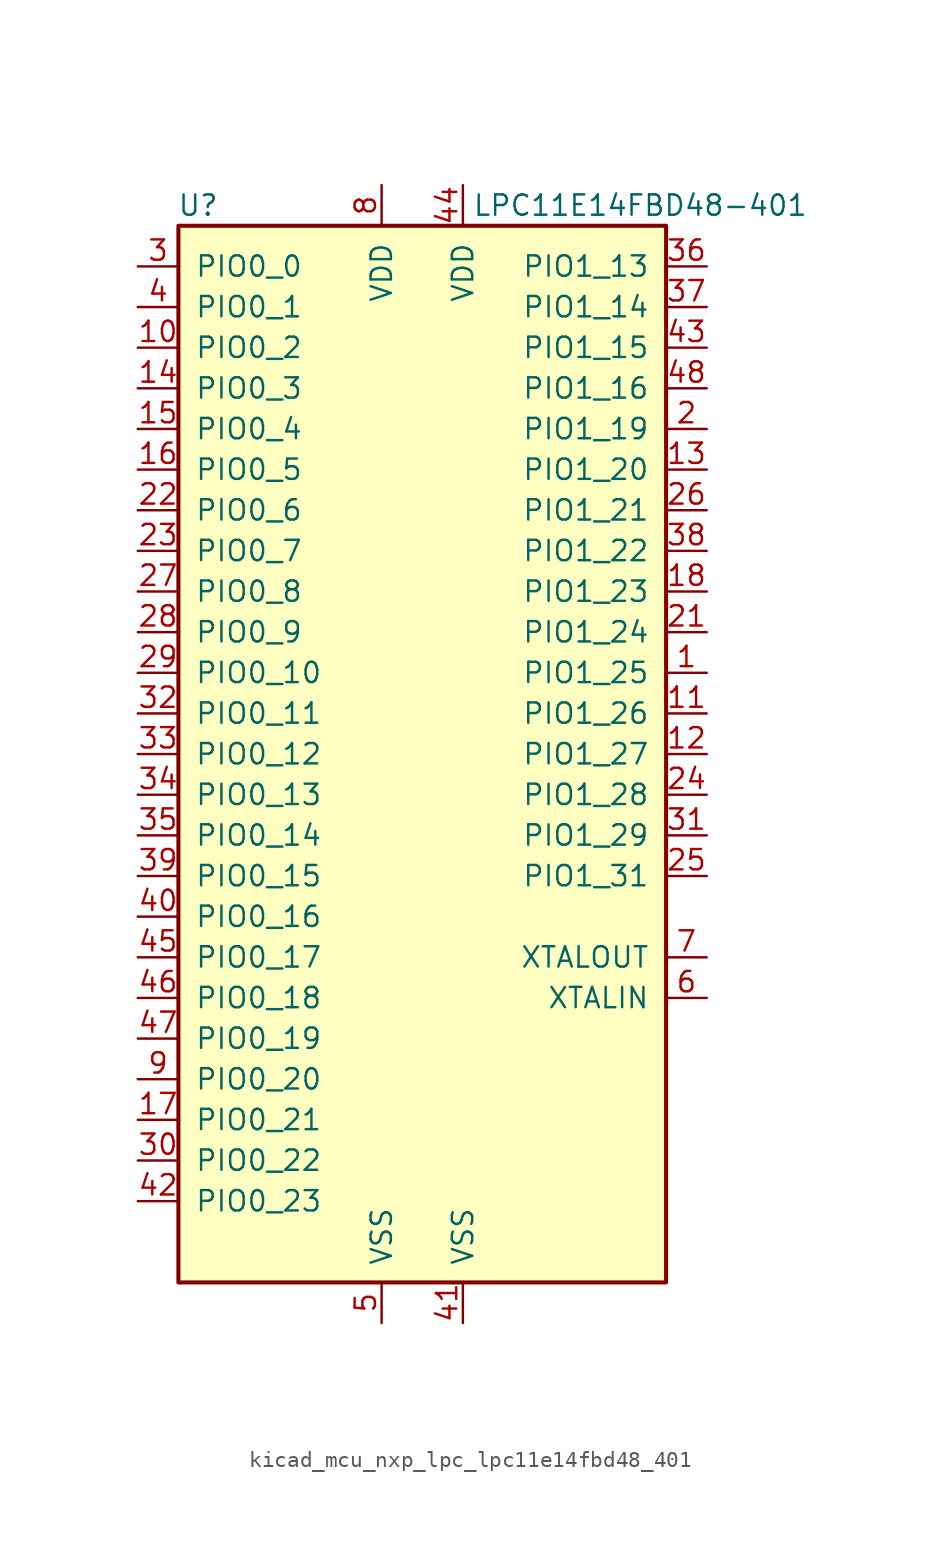
<source format=kicad_sym>
(kicad_symbol_lib
  (version 20220914)
  (generator kicad_symbol_editor)
  (symbol "kicad_mcu_nxp_lpc_lpc11e14fbd48_401"
    (pin_names
      (offset 1.016))
    (property "Reference" "U"
      (at -12.7 34.29 0)
      (effects (font (size 1.27 1.27)) (justify right)))
    (property "Value" "LPC11E14FBD48-401"
      (at 24.13 34.29 0)
      (effects (font (size 1.27 1.27)) (justify right)))
    (symbol "kicad_mcu_nxp_lpc_lpc11e14fbd48_401_0_1"
      (rectangle (start -15.24 33.02) (end 15.24 -33.02) (stroke (width 0.254) (type default)) (fill (type background))))
    (symbol "kicad_mcu_nxp_lpc_lpc11e14fbd48_401_1_1"
      (pin bidirectional line (at 17.78 5.08 180) (length 2.54) (name "PIO1_25" (effects (font (size 1.27 1.27)))) (number "1" (effects (font (size 1.27 1.27)))))
      (pin bidirectional line (at -17.78 25.4 0) (length 2.54) (name "PIO0_2" (effects (font (size 1.27 1.27)))) (number "10" (effects (font (size 1.27 1.27)))))
      (pin bidirectional line (at 17.78 2.54 180) (length 2.54) (name "PIO1_26" (effects (font (size 1.27 1.27)))) (number "11" (effects (font (size 1.27 1.27)))))
      (pin bidirectional line (at 17.78 0 180) (length 2.54) (name "PIO1_27" (effects (font (size 1.27 1.27)))) (number "12" (effects (font (size 1.27 1.27)))))
      (pin bidirectional line (at 17.78 17.78 180) (length 2.54) (name "PIO1_20" (effects (font (size 1.27 1.27)))) (number "13" (effects (font (size 1.27 1.27)))))
      (pin bidirectional line (at -17.78 22.86 0) (length 2.54) (name "PIO0_3" (effects (font (size 1.27 1.27)))) (number "14" (effects (font (size 1.27 1.27)))))
      (pin open_collector line (at -17.78 20.32 0) (length 2.54) (name "PIO0_4" (effects (font (size 1.27 1.27)))) (number "15" (effects (font (size 1.27 1.27)))))
      (pin open_collector line (at -17.78 17.78 0) (length 2.54) (name "PIO0_5" (effects (font (size 1.27 1.27)))) (number "16" (effects (font (size 1.27 1.27)))))
      (pin bidirectional line (at -17.78 -22.86 0) (length 2.54) (name "PIO0_21" (effects (font (size 1.27 1.27)))) (number "17" (effects (font (size 1.27 1.27)))))
      (pin bidirectional line (at 17.78 10.16 180) (length 2.54) (name "PIO1_23" (effects (font (size 1.27 1.27)))) (number "18" (effects (font (size 1.27 1.27)))))
      (pin no_connect line (at 15.24 -22.86 180) (length 2.54) hide (name "NC" (effects (font (size 1.27 1.27)))) (number "19" (effects (font (size 1.27 1.27)))))
      (pin bidirectional line (at 17.78 20.32 180) (length 2.54) (name "PIO1_19" (effects (font (size 1.27 1.27)))) (number "2" (effects (font (size 1.27 1.27)))))
      (pin no_connect line (at 15.24 -20.32 180) (length 2.54) hide (name "NC" (effects (font (size 1.27 1.27)))) (number "20" (effects (font (size 1.27 1.27)))))
      (pin bidirectional line (at 17.78 7.62 180) (length 2.54) (name "PIO1_24" (effects (font (size 1.27 1.27)))) (number "21" (effects (font (size 1.27 1.27)))))
      (pin bidirectional line (at -17.78 15.24 0) (length 2.54) (name "PIO0_6" (effects (font (size 1.27 1.27)))) (number "22" (effects (font (size 1.27 1.27)))))
      (pin bidirectional line (at -17.78 12.7 0) (length 2.54) (name "PIO0_7" (effects (font (size 1.27 1.27)))) (number "23" (effects (font (size 1.27 1.27)))))
      (pin bidirectional line (at 17.78 -2.54 180) (length 2.54) (name "PIO1_28" (effects (font (size 1.27 1.27)))) (number "24" (effects (font (size 1.27 1.27)))))
      (pin bidirectional line (at 17.78 -7.62 180) (length 2.54) (name "PIO1_31" (effects (font (size 1.27 1.27)))) (number "25" (effects (font (size 1.27 1.27)))))
      (pin bidirectional line (at 17.78 15.24 180) (length 2.54) (name "PIO1_21" (effects (font (size 1.27 1.27)))) (number "26" (effects (font (size 1.27 1.27)))))
      (pin bidirectional line (at -17.78 10.16 0) (length 2.54) (name "PIO0_8" (effects (font (size 1.27 1.27)))) (number "27" (effects (font (size 1.27 1.27)))))
      (pin bidirectional line (at -17.78 7.62 0) (length 2.54) (name "PIO0_9" (effects (font (size 1.27 1.27)))) (number "28" (effects (font (size 1.27 1.27)))))
      (pin bidirectional line (at -17.78 5.08 0) (length 2.54) (name "PIO0_10" (effects (font (size 1.27 1.27)))) (number "29" (effects (font (size 1.27 1.27)))))
      (pin bidirectional line (at -17.78 30.48 0) (length 2.54) (name "PIO0_0" (effects (font (size 1.27 1.27)))) (number "3" (effects (font (size 1.27 1.27)))))
      (pin bidirectional line (at -17.78 -25.4 0) (length 2.54) (name "PIO0_22" (effects (font (size 1.27 1.27)))) (number "30" (effects (font (size 1.27 1.27)))))
      (pin bidirectional line (at 17.78 -5.08 180) (length 2.54) (name "PIO1_29" (effects (font (size 1.27 1.27)))) (number "31" (effects (font (size 1.27 1.27)))))
      (pin bidirectional line (at -17.78 2.54 0) (length 2.54) (name "PIO0_11" (effects (font (size 1.27 1.27)))) (number "32" (effects (font (size 1.27 1.27)))))
      (pin bidirectional line (at -17.78 0 0) (length 2.54) (name "PIO0_12" (effects (font (size 1.27 1.27)))) (number "33" (effects (font (size 1.27 1.27)))))
      (pin bidirectional line (at -17.78 -2.54 0) (length 2.54) (name "PIO0_13" (effects (font (size 1.27 1.27)))) (number "34" (effects (font (size 1.27 1.27)))))
      (pin bidirectional line (at -17.78 -5.08 0) (length 2.54) (name "PIO0_14" (effects (font (size 1.27 1.27)))) (number "35" (effects (font (size 1.27 1.27)))))
      (pin bidirectional line (at 17.78 30.48 180) (length 2.54) (name "PIO1_13" (effects (font (size 1.27 1.27)))) (number "36" (effects (font (size 1.27 1.27)))))
      (pin bidirectional line (at 17.78 27.94 180) (length 2.54) (name "PIO1_14" (effects (font (size 1.27 1.27)))) (number "37" (effects (font (size 1.27 1.27)))))
      (pin bidirectional line (at 17.78 12.7 180) (length 2.54) (name "PIO1_22" (effects (font (size 1.27 1.27)))) (number "38" (effects (font (size 1.27 1.27)))))
      (pin bidirectional line (at -17.78 -7.62 0) (length 2.54) (name "PIO0_15" (effects (font (size 1.27 1.27)))) (number "39" (effects (font (size 1.27 1.27)))))
      (pin bidirectional line (at -17.78 27.94 0) (length 2.54) (name "PIO0_1" (effects (font (size 1.27 1.27)))) (number "4" (effects (font (size 1.27 1.27)))))
      (pin bidirectional line (at -17.78 -10.16 0) (length 2.54) (name "PIO0_16" (effects (font (size 1.27 1.27)))) (number "40" (effects (font (size 1.27 1.27)))))
      (pin power_in line (at 2.54 -35.56 90) (length 2.54) (name "VSS" (effects (font (size 1.27 1.27)))) (number "41" (effects (font (size 1.27 1.27)))))
      (pin bidirectional line (at -17.78 -27.94 0) (length 2.54) (name "PIO0_23" (effects (font (size 1.27 1.27)))) (number "42" (effects (font (size 1.27 1.27)))))
      (pin bidirectional line (at 17.78 25.4 180) (length 2.54) (name "PIO1_15" (effects (font (size 1.27 1.27)))) (number "43" (effects (font (size 1.27 1.27)))))
      (pin power_in line (at 2.54 35.56 270) (length 2.54) (name "VDD" (effects (font (size 1.27 1.27)))) (number "44" (effects (font (size 1.27 1.27)))))
      (pin bidirectional line (at -17.78 -12.7 0) (length 2.54) (name "PIO0_17" (effects (font (size 1.27 1.27)))) (number "45" (effects (font (size 1.27 1.27)))))
      (pin bidirectional line (at -17.78 -15.24 0) (length 2.54) (name "PIO0_18" (effects (font (size 1.27 1.27)))) (number "46" (effects (font (size 1.27 1.27)))))
      (pin bidirectional line (at -17.78 -17.78 0) (length 2.54) (name "PIO0_19" (effects (font (size 1.27 1.27)))) (number "47" (effects (font (size 1.27 1.27)))))
      (pin bidirectional line (at 17.78 22.86 180) (length 2.54) (name "PIO1_16" (effects (font (size 1.27 1.27)))) (number "48" (effects (font (size 1.27 1.27)))))
      (pin power_in line (at -2.54 -35.56 90) (length 2.54) (name "VSS" (effects (font (size 1.27 1.27)))) (number "5" (effects (font (size 1.27 1.27)))))
      (pin passive line (at 17.78 -15.24 180) (length 2.54) (name "XTALIN" (effects (font (size 1.27 1.27)))) (number "6" (effects (font (size 1.27 1.27)))))
      (pin passive line (at 17.78 -12.7 180) (length 2.54) (name "XTALOUT" (effects (font (size 1.27 1.27)))) (number "7" (effects (font (size 1.27 1.27)))))
      (pin power_in line (at -2.54 35.56 270) (length 2.54) (name "VDD" (effects (font (size 1.27 1.27)))) (number "8" (effects (font (size 1.27 1.27)))))
      (pin bidirectional line (at -17.78 -20.32 0) (length 2.54) (name "PIO0_20" (effects (font (size 1.27 1.27)))) (number "9" (effects (font (size 1.27 1.27))))))))
</source>
